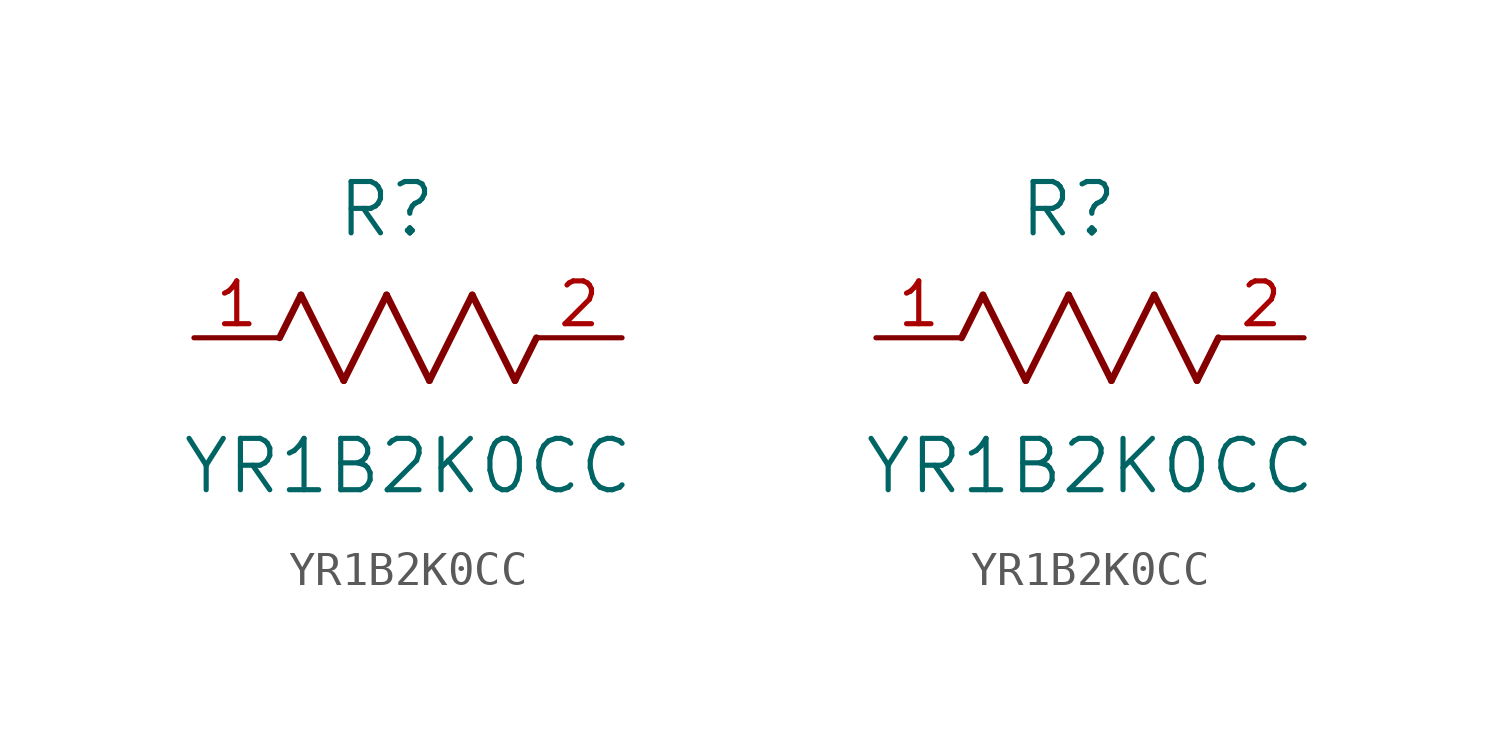
<source format=kicad_sym>
(kicad_symbol_lib
  (version 20211014)
  (generator kicad_symbol_editor)
  (symbol "YR1B2K0CC"
    (pin_names
      (offset 0.254))
    (property "Reference" "R"
      (at 5.715 3.81 0)
      (effects (font (size 1.524 1.524))))
    (property "Value" "YR1B2K0CC"
      (at 6.35 -3.81 0)
      (effects (font (size 1.524 1.524))))
    (symbol "YR1B2K0CC_1_1"
      (polyline (pts (xy 3.175 1.27) (xy 4.445 -1.27)) (stroke (width 0.203) (type default) (color 0 0 0 0)) (fill (type none)))
      (polyline (pts (xy 4.445 -1.27) (xy 5.715 1.27)) (stroke (width 0.203) (type default) (color 0 0 0 0)) (fill (type none)))
      (polyline (pts (xy 5.715 1.27) (xy 6.985 -1.27)) (stroke (width 0.203) (type default) (color 0 0 0 0)) (fill (type none)))
      (polyline (pts (xy 6.985 -1.27) (xy 8.255 1.27)) (stroke (width 0.203) (type default) (color 0 0 0 0)) (fill (type none)))
      (polyline (pts (xy 8.255 1.27) (xy 9.525 -1.27)) (stroke (width 0.203) (type default) (color 0 0 0 0)) (fill (type none)))
      (polyline (pts (xy 2.54 0) (xy 3.175 1.27)) (stroke (width 0.203) (type default) (color 0 0 0 0)) (fill (type none)))
      (polyline (pts (xy 9.525 -1.27) (xy 10.16 0)) (stroke (width 0.203) (type default) (color 0 0 0 0)) (fill (type none)))
      (pin unspecified line (at 0 0 0) (length 2.54) (name "" (effects (font (size 1.27 1.27)))) (number "1" (effects (font (size 1.27 1.27)))))
      (pin unspecified line (at 12.7 0 180) (length 2.54) (name "" (effects (font (size 1.27 1.27)))) (number "2" (effects (font (size 1.27 1.27))))))
    (symbol "YR1B2K0CC_1_2"
      (polyline (pts (xy 3.175 1.27) (xy 4.445 -1.27)) (stroke (width 0.203) (type default) (color 0 0 0 0)) (fill (type none)))
      (polyline (pts (xy 4.445 -1.27) (xy 5.715 1.27)) (stroke (width 0.203) (type default) (color 0 0 0 0)) (fill (type none)))
      (polyline (pts (xy 5.715 1.27) (xy 6.985 -1.27)) (stroke (width 0.203) (type default) (color 0 0 0 0)) (fill (type none)))
      (polyline (pts (xy 6.985 -1.27) (xy 8.255 1.27)) (stroke (width 0.203) (type default) (color 0 0 0 0)) (fill (type none)))
      (polyline (pts (xy 8.255 1.27) (xy 9.525 -1.27)) (stroke (width 0.203) (type default) (color 0 0 0 0)) (fill (type none)))
      (polyline (pts (xy 2.54 0) (xy 3.175 1.27)) (stroke (width 0.203) (type default) (color 0 0 0 0)) (fill (type none)))
      (polyline (pts (xy 9.525 -1.27) (xy 10.16 0)) (stroke (width 0.203) (type default) (color 0 0 0 0)) (fill (type none)))
      (pin unspecified line (at 0 0 0) (length 2.54) (name "" (effects (font (size 1.27 1.27)))) (number "1" (effects (font (size 1.27 1.27)))))
      (pin unspecified line (at 12.7 0 180) (length 2.54) (name "" (effects (font (size 1.27 1.27)))) (number "2" (effects (font (size 1.27 1.27))))))))
</source>
